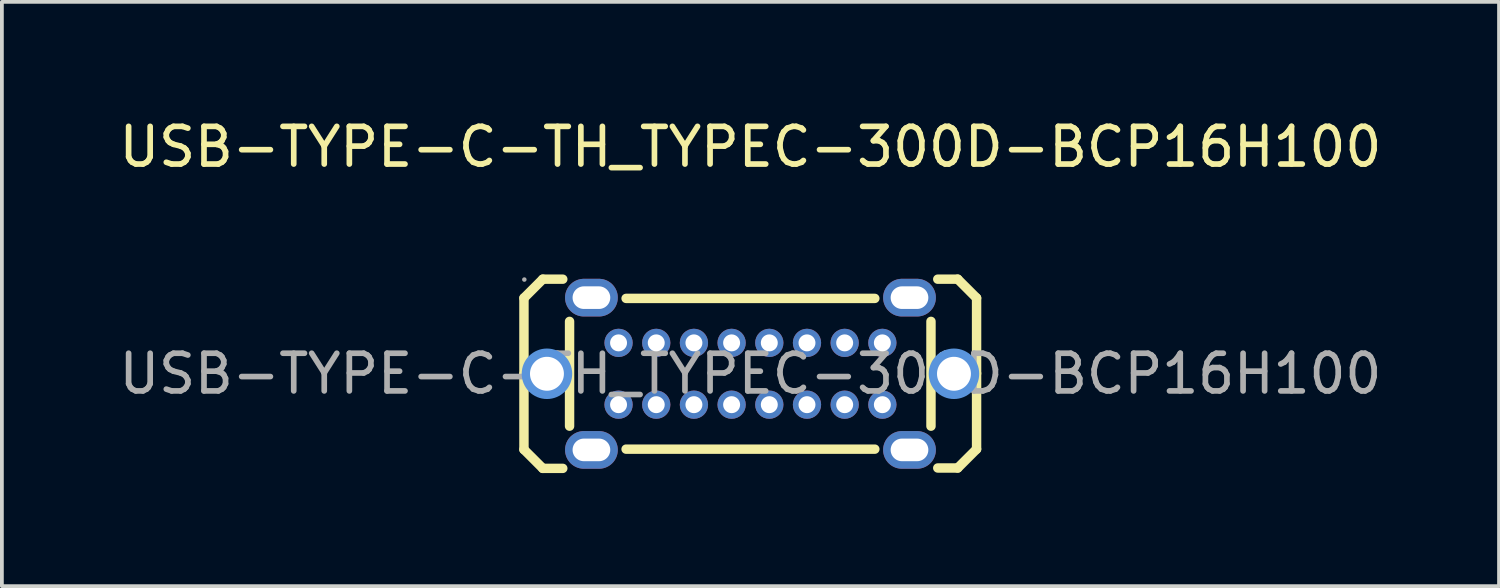
<source format=kicad_pcb>
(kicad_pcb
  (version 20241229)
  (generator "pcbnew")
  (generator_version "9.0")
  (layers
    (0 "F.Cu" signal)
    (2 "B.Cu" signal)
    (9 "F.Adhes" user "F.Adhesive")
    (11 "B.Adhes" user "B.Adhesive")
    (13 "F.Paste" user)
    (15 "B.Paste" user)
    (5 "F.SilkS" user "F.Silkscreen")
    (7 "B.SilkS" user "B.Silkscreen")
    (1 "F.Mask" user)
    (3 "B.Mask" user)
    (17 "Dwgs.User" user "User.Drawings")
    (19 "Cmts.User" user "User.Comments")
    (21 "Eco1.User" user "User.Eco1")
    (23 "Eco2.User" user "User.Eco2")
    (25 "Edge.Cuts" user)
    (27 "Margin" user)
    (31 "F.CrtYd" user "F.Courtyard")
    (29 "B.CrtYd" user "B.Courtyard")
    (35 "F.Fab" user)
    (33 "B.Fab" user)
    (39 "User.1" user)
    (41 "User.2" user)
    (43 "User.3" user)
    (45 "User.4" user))
  (footprint "USB-TYPE-C-TH_TYPEC-300D-BCP16H100"
    (layer "F.Cu")
    (at 16.863 6.868)
    (property "Reference" "USB-TYPE-C-TH_TYPEC-300D-BCP16H100" (at 0 -6.02 0) (layer "F.SilkS") (effects (font (size 1 1) (thickness 0.15))))
    (attr through_hole)
    (fp_line (start -6.01 -2.01) (end -6.01 0) (stroke (width 0.25) (type solid)) (layer "F.SilkS"))
    (fp_line (start -6.01 -2.01) (end -5.51 -2.51) (stroke (width 0.25) (type solid)) (layer "F.SilkS"))
    (fp_line (start -6.01 2.01) (end -6.01 0) (stroke (width 0.25) (type solid)) (layer "F.SilkS"))
    (fp_line (start -6.01 2.01) (end -5.51 2.51) (stroke (width 0.25) (type solid)) (layer "F.SilkS"))
    (fp_line (start -5.51 -2.51) (end -4.98 -2.51) (stroke (width 0.25) (type solid)) (layer "F.SilkS"))
    (fp_line (start -5.51 2.51) (end -4.98 2.51) (stroke (width 0.25) (type solid)) (layer "F.SilkS"))
    (fp_line (start -4.8 -1.39) (end -4.8 1.39) (stroke (width 0.25) (type solid)) (layer "F.SilkS"))
    (fp_line (start -3.3 -2) (end 3.3 -2) (stroke (width 0.25) (type solid)) (layer "F.SilkS"))
    (fp_line (start -3.3 2) (end 3.3 2) (stroke (width 0.25) (type solid)) (layer "F.SilkS"))
    (fp_line (start 4.79 1.39) (end 4.79 -1.39) (stroke (width 0.25) (type solid)) (layer "F.SilkS"))
    (fp_line (start 5.5 -2.51) (end 4.97 -2.51) (stroke (width 0.25) (type solid)) (layer "F.SilkS"))
    (fp_line (start 5.5 2.5) (end 4.97 2.5) (stroke (width 0.25) (type solid)) (layer "F.SilkS"))
    (fp_line (start 6 -2.01) (end 5.5 -2.51) (stroke (width 0.25) (type solid)) (layer "F.SilkS"))
    (fp_line (start 6 -2.01) (end 6 -0.01) (stroke (width 0.25) (type solid)) (layer "F.SilkS"))
    (fp_line (start 6 2) (end 5.5 2.5) (stroke (width 0.25) (type solid)) (layer "F.SilkS"))
    (fp_line (start 6 2) (end 6 -0.01) (stroke (width 0.25) (type solid)) (layer "F.SilkS"))
    (fp_circle (center -5.4 0) (end -5.18 0) (stroke (width 0.45) (type solid)) (fill no) (layer "Cmts.User"))
    (fp_circle (center 5.4 0) (end 5.62 0) (stroke (width 0.45) (type solid)) (fill no) (layer "Cmts.User"))
    (fp_circle (center -6 -2.5) (end -5.97 -2.5) (stroke (width 0.06) (type solid)) (fill no) (layer "F.Fab"))
    (fp_text user "${REFERENCE}" (at 0 0 0) (layer "F.Fab") (effects (font (size 1 1) (thickness 0.15))))
    (pad "" thru_hole circle (at -5.4 0) (size 0.9 0.9) (drill 0.9) (layers "*.Cu" "*.Mask"))
    (pad "" thru_hole circle (at 5.4 0) (size 0.9 0.9) (drill 0.9) (layers "*.Cu" "*.Mask"))
    (pad "0" thru_hole oval (at -4.22 -2.02) (size 1.4 1) (drill oval 1 0.6) (layers "*.Cu" "*.Mask"))
    (pad "0" thru_hole oval (at -4.22 2.02) (size 1.4 1) (drill oval 1 0.6) (layers "*.Cu" "*.Mask"))
    (pad "0" thru_hole oval (at 4.22 -2.02) (size 1.4 1) (drill oval 1 0.6) (layers "*.Cu" "*.Mask"))
    (pad "0" thru_hole oval (at 4.22 2.02) (size 1.4 1) (drill oval 1 0.6) (layers "*.Cu" "*.Mask"))
    (pad "A1" thru_hole circle (at -3.5 -0.82) (size 0.75 0.75) (drill 0.45) (layers "*.Cu" "*.Mask"))
    (pad "A4" thru_hole circle (at -2.5 -0.82) (size 0.75 0.75) (drill 0.45) (layers "*.Cu" "*.Mask"))
    (pad "A5" thru_hole circle (at -1.5 -0.82) (size 0.75 0.75) (drill 0.45) (layers "*.Cu" "*.Mask"))
    (pad "A6" thru_hole circle (at -0.5 -0.82) (size 0.75 0.75) (drill 0.45) (layers "*.Cu" "*.Mask"))
    (pad "A7" thru_hole circle (at 0.5 -0.82) (size 0.75 0.75) (drill 0.45) (layers "*.Cu" "*.Mask"))
    (pad "A8" thru_hole circle (at 1.5 -0.82) (size 0.75 0.75) (drill 0.45) (layers "*.Cu" "*.Mask"))
    (pad "A9" thru_hole circle (at 2.5 -0.82) (size 0.75 0.75) (drill 0.45) (layers "*.Cu" "*.Mask"))
    (pad "A12" thru_hole circle (at 3.5 -0.82) (size 0.75 0.75) (drill 0.45) (layers "*.Cu" "*.Mask"))
    (pad "B1" thru_hole circle (at 3.5 0.82) (size 0.75 0.75) (drill 0.45) (layers "*.Cu" "*.Mask"))
    (pad "B4" thru_hole circle (at 2.5 0.82) (size 0.75 0.75) (drill 0.45) (layers "*.Cu" "*.Mask"))
    (pad "B5" thru_hole circle (at 1.5 0.82) (size 0.75 0.75) (drill 0.45) (layers "*.Cu" "*.Mask"))
    (pad "B6" thru_hole circle (at 0.5 0.82) (size 0.75 0.75) (drill 0.45) (layers "*.Cu" "*.Mask"))
    (pad "B7" thru_hole circle (at -0.5 0.82) (size 0.75 0.75) (drill 0.45) (layers "*.Cu" "*.Mask"))
    (pad "B8" thru_hole circle (at -1.5 0.82) (size 0.75 0.75) (drill 0.45) (layers "*.Cu" "*.Mask"))
    (pad "B9" thru_hole circle (at -2.5 0.82) (size 0.75 0.75) (drill 0.45) (layers "*.Cu" "*.Mask"))
    (pad "B12" thru_hole circle (at -3.5 0.82) (size 0.75 0.75) (drill 0.45) (layers "*.Cu" "*.Mask")))
  (gr_rect
    (start -3 -3)
    (end 36.726 12.503)
    (stroke (width 0.1) (type default))
    (fill no)
    (layer "Edge.Cuts")))
</source>
